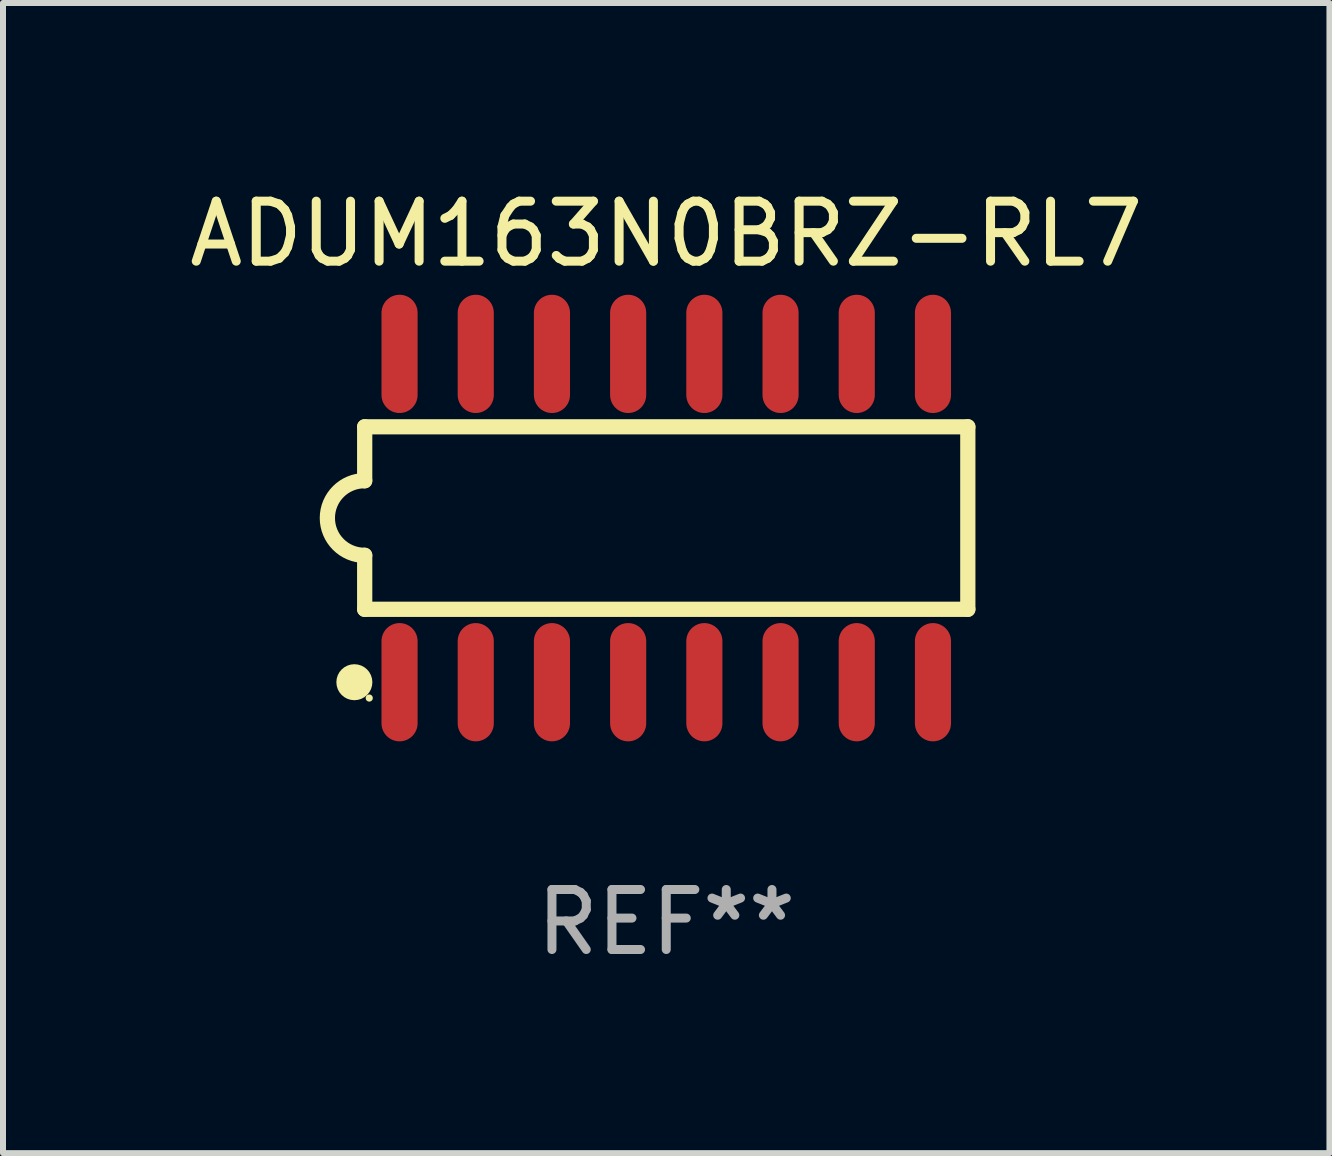
<source format=kicad_pcb>
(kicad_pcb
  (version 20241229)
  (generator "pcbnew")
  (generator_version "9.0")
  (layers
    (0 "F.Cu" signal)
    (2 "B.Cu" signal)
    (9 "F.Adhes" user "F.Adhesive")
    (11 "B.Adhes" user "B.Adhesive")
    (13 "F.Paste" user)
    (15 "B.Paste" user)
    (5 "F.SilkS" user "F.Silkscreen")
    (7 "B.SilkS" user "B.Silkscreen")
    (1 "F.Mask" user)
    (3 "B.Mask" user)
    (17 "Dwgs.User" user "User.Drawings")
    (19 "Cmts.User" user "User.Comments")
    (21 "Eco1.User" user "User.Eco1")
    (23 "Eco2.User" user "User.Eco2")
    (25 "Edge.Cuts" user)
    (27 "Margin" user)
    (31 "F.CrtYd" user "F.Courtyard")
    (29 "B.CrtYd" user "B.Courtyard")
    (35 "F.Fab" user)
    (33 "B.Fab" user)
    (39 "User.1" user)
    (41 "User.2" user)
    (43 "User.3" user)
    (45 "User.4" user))
  (footprint "ADUM163N0BRZ-RL7"
    (layer "F.Cu")
    (at 8.054 5.584)
    (property "Reference" "ADUM163N0BRZ-RL7" (at 0 -4.736 0) (layer "F.SilkS") (effects (font (size 1 1) (thickness 0.15))))
    (attr through_hole)
    (fp_line (start -5.026 -1.521) (end -5.026 -0.621) (stroke (width 0.254) (type solid)) (layer "F.SilkS"))
    (fp_line (start -5.026 -1.521) (end 5.026 -1.521) (stroke (width 0.254) (type solid)) (layer "F.SilkS"))
    (fp_line (start -5.026 1.521) (end -5.026 0.621) (stroke (width 0.254) (type solid)) (layer "F.SilkS"))
    (fp_line (start 5.026 -1.521) (end 5.026 1.521) (stroke (width 0.254) (type solid)) (layer "F.SilkS"))
    (fp_line (start 5.026 1.521) (end -5.026 1.521) (stroke (width 0.254) (type solid)) (layer "F.SilkS"))
    (fp_arc (start -5.026187 0.621387) (mid -5.647752 -0.000787) (end -5.025781 -0.622555) (stroke (width 0.254001) (type solid)) (layer "F.SilkS"))
    (fp_circle (center -5.198 2.736) (end -5.048 2.736) (stroke (width 0.3) (type solid)) (fill no) (layer "F.SilkS"))
    (fp_circle (center -4.95 3) (end -4.92 3) (stroke (width 0.06) (type solid)) (fill no) (layer "F.SilkS"))
    (fp_text user "REF**" (at 0 6.736 0) (layer "F.Fab") (effects (font (size 1 1) (thickness 0.15))))
    (pad "1" smd oval (at -4.445 2.736) (size 0.602 1.971) (layers "F.Cu" "F.Mask" "F.Paste"))
    (pad "2" smd oval (at -3.175 2.736) (size 0.602 1.971) (layers "F.Cu" "F.Mask" "F.Paste"))
    (pad "3" smd oval (at -1.905 2.736) (size 0.602 1.971) (layers "F.Cu" "F.Mask" "F.Paste"))
    (pad "4" smd oval (at -0.635 2.736) (size 0.602 1.971) (layers "F.Cu" "F.Mask" "F.Paste"))
    (pad "5" smd oval (at 0.635 2.736) (size 0.602 1.971) (layers "F.Cu" "F.Mask" "F.Paste"))
    (pad "6" smd oval (at 1.905 2.736) (size 0.602 1.971) (layers "F.Cu" "F.Mask" "F.Paste"))
    (pad "7" smd oval (at 3.175 2.736) (size 0.602 1.971) (layers "F.Cu" "F.Mask" "F.Paste"))
    (pad "8" smd oval (at 4.445 2.736) (size 0.602 1.971) (layers "F.Cu" "F.Mask" "F.Paste"))
    (pad "9" smd oval (at 4.445 -2.736) (size 0.602 1.971) (layers "F.Cu" "F.Mask" "F.Paste"))
    (pad "10" smd oval (at 3.175 -2.736) (size 0.602 1.971) (layers "F.Cu" "F.Mask" "F.Paste"))
    (pad "11" smd oval (at 1.905 -2.736) (size 0.602 1.971) (layers "F.Cu" "F.Mask" "F.Paste"))
    (pad "12" smd oval (at 0.635 -2.736) (size 0.602 1.971) (layers "F.Cu" "F.Mask" "F.Paste"))
    (pad "13" smd oval (at -0.635 -2.736) (size 0.602 1.971) (layers "F.Cu" "F.Mask" "F.Paste"))
    (pad "14" smd oval (at -1.905 -2.736) (size 0.602 1.971) (layers "F.Cu" "F.Mask" "F.Paste"))
    (pad "15" smd oval (at -3.175 -2.736) (size 0.602 1.971) (layers "F.Cu" "F.Mask" "F.Paste"))
    (pad "16" smd oval (at -4.445 -2.736) (size 0.602 1.971) (layers "F.Cu" "F.Mask" "F.Paste")))
  (gr_rect
    (start -3 -3)
    (end 19.107 16.168)
    (stroke (width 0.1) (type default))
    (fill no)
    (layer "Edge.Cuts")))
</source>
